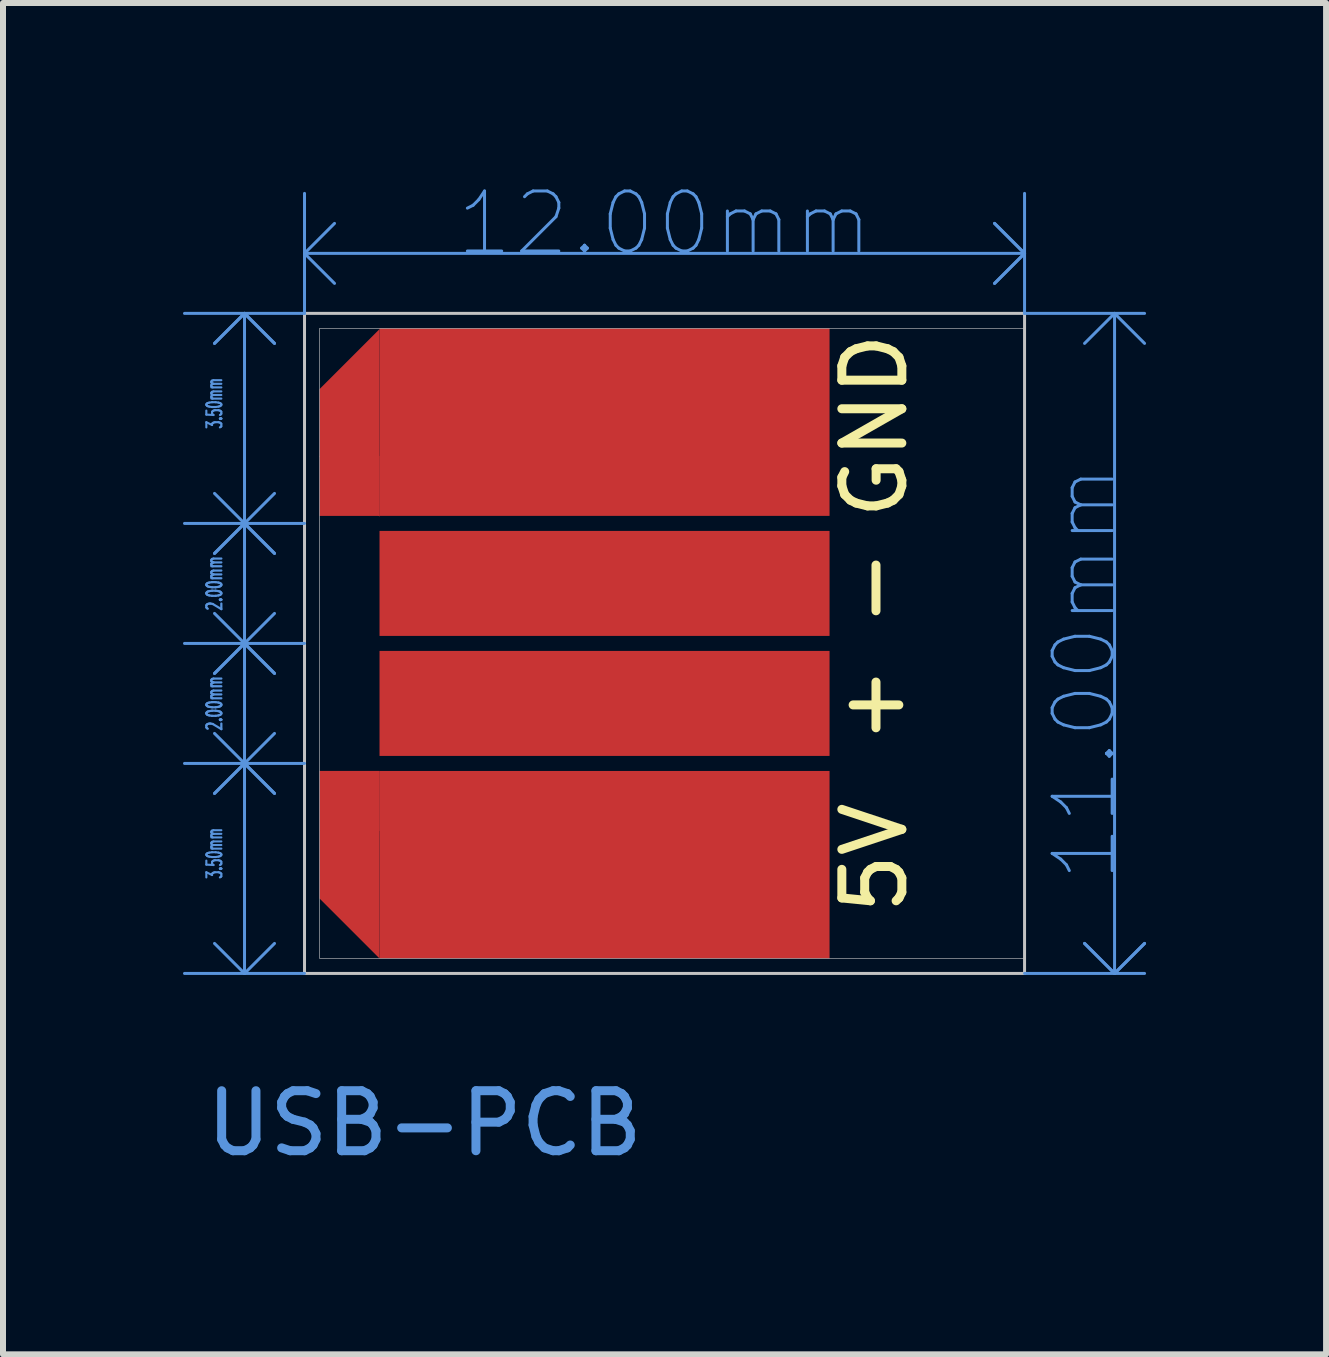
<source format=kicad_pcb>
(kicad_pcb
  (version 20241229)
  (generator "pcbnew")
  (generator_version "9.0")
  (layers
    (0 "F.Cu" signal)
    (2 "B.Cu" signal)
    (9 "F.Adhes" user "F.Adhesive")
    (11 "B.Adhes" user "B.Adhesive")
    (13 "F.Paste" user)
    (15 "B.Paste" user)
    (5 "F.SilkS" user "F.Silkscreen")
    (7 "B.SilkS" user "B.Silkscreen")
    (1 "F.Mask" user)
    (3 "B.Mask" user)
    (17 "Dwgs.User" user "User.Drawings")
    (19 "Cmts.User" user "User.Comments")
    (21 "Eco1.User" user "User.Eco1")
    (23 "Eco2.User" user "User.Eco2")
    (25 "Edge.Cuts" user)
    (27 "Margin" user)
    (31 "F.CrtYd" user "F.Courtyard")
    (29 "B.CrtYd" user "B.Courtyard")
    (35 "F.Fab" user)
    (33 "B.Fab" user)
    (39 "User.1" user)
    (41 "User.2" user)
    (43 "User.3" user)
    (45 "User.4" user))
  (footprint "USB-PCB"
    (layer "F.Cu")
    (at 2.025 13.173)
    (property "Reference" "USB-PCB" (at 2 2.5 0) (layer "Cmts.User") (effects (font (size 1 1) (thickness 0.15))))
    (attr through_hole)
    (fp_poly (pts (xy 1.5 -5.75) (xy 8.5 -5.75) (xy 8.5 -7.25) (xy 1.5 -7.25) (xy 1.5 -5.75)) (stroke (width 0.01) (type solid)) (fill yes) (layer "F.Mask"))
    (fp_poly (pts (xy 1.5 -3.75) (xy 8.5 -3.75) (xy 8.5 -5.25) (xy 1.5 -5.25) (xy 1.5 -3.75)) (stroke (width 0.01) (type solid)) (fill yes) (layer "F.Mask"))
    (fp_poly (pts (xy 8.5 -10.25) (xy 8.5 -7.75) (xy 0.75 -7.75) (xy 0.75 -9.75) (xy 1.25 -10.25) (xy 8.5 -10.25)) (stroke (width 0.01) (type solid)) (fill yes) (layer "F.Mask"))
    (fp_poly (pts (xy 8.5 -3.25) (xy 0.75 -3.25) (xy 0.75 -1.25) (xy 1.25 -0.75) (xy 8.5 -0.75) (xy 8.5 -3.25)) (stroke (width 0.01) (type solid)) (fill yes) (layer "F.Mask"))
    (fp_line (start 0 0) (end 0 -11) (stroke (width 0.05) (type solid)) (layer "Dwgs.User"))
    (fp_line (start 12 -11) (end 0 -11) (stroke (width 0.05) (type solid)) (layer "Dwgs.User"))
    (fp_line (start 12 0) (end 0 0) (stroke (width 0.05) (type solid)) (layer "Dwgs.User"))
    (fp_line (start 12 0) (end 12 -11) (stroke (width 0.05) (type solid)) (layer "Dwgs.User"))
    (fp_poly (pts (xy 0 0) (xy 12 0) (xy 12 -0.25) (xy 0.25 -0.25) (xy 0.25 -10.75) (xy 12 -10.75) (xy 12 -11) (xy 0 -11) (xy 0 0)) (stroke (width 0.01) (type solid)) (fill no) (layer "Dwgs.User"))
    (fp_line (start -1.5 -10.5) (end -1 -11) (stroke (width 0.05) (type solid)) (layer "Cmts.User"))
    (fp_line (start -1.5 -7) (end -1 -7.5) (stroke (width 0.05) (type solid)) (layer "Cmts.User"))
    (fp_line (start -1.5 -5) (end -1 -5.5) (stroke (width 0.05) (type solid)) (layer "Cmts.User"))
    (fp_line (start -1.5 -3) (end -1 -3.5) (stroke (width 0.05) (type solid)) (layer "Cmts.User"))
    (fp_line (start -1 -11) (end -1.5 -10.5) (stroke (width 0.05) (type solid)) (layer "Cmts.User"))
    (fp_line (start -1 -11) (end -1 -7.5) (stroke (width 0.05) (type solid)) (layer "Cmts.User"))
    (fp_line (start -1 -11) (end -0.5 -10.5) (stroke (width 0.05) (type solid)) (layer "Cmts.User"))
    (fp_line (start -1 -7.5) (end -1.5 -8) (stroke (width 0.05) (type solid)) (layer "Cmts.User"))
    (fp_line (start -1 -7.5) (end -1.5 -7) (stroke (width 0.05) (type solid)) (layer "Cmts.User"))
    (fp_line (start -1 -7.5) (end -1 -5.5) (stroke (width 0.05) (type solid)) (layer "Cmts.User"))
    (fp_line (start -1 -7.5) (end -0.5 -8) (stroke (width 0.05) (type solid)) (layer "Cmts.User"))
    (fp_line (start -1 -7.5) (end -0.5 -7) (stroke (width 0.05) (type solid)) (layer "Cmts.User"))
    (fp_line (start -1 -5.5) (end -1.5 -6) (stroke (width 0.05) (type solid)) (layer "Cmts.User"))
    (fp_line (start -1 -5.5) (end -1.5 -5) (stroke (width 0.05) (type solid)) (layer "Cmts.User"))
    (fp_line (start -1 -5.5) (end -1 -3.5) (stroke (width 0.05) (type solid)) (layer "Cmts.User"))
    (fp_line (start -1 -5.5) (end -0.5 -6) (stroke (width 0.05) (type solid)) (layer "Cmts.User"))
    (fp_line (start -1 -5.5) (end -0.5 -5) (stroke (width 0.05) (type solid)) (layer "Cmts.User"))
    (fp_line (start -1 -3.5) (end -1.5 -4) (stroke (width 0.05) (type solid)) (layer "Cmts.User"))
    (fp_line (start -1 -3.5) (end -1.5 -3) (stroke (width 0.05) (type solid)) (layer "Cmts.User"))
    (fp_line (start -1 -3.5) (end -1 0) (stroke (width 0.05) (type solid)) (layer "Cmts.User"))
    (fp_line (start -1 -3.5) (end -0.5 -4) (stroke (width 0.05) (type solid)) (layer "Cmts.User"))
    (fp_line (start -1 -3.5) (end -0.5 -3) (stroke (width 0.05) (type solid)) (layer "Cmts.User"))
    (fp_line (start -1 0) (end -1.5 -0.5) (stroke (width 0.05) (type solid)) (layer "Cmts.User"))
    (fp_line (start -1 0) (end -0.5 -0.5) (stroke (width 0.05) (type solid)) (layer "Cmts.User"))
    (fp_line (start -0.5 -10.5) (end -1 -11) (stroke (width 0.05) (type solid)) (layer "Cmts.User"))
    (fp_line (start -0.5 -7) (end -1 -7.5) (stroke (width 0.05) (type solid)) (layer "Cmts.User"))
    (fp_line (start -0.5 -5) (end -1 -5.5) (stroke (width 0.05) (type solid)) (layer "Cmts.User"))
    (fp_line (start -0.5 -3) (end -1 -3.5) (stroke (width 0.05) (type solid)) (layer "Cmts.User"))
    (fp_line (start 0 -12) (end 0.5 -12.5) (stroke (width 0.05) (type solid)) (layer "Cmts.User"))
    (fp_line (start 0 -12) (end 0.5 -11.5) (stroke (width 0.05) (type solid)) (layer "Cmts.User"))
    (fp_line (start 0 -11) (end -2 -11) (stroke (width 0.05) (type solid)) (layer "Cmts.User"))
    (fp_line (start 0 -11) (end 0 -13) (stroke (width 0.05) (type solid)) (layer "Cmts.User"))
    (fp_line (start 0 -7.5) (end -2 -7.5) (stroke (width 0.05) (type solid)) (layer "Cmts.User"))
    (fp_line (start 0 -5.5) (end -2 -5.5) (stroke (width 0.05) (type solid)) (layer "Cmts.User"))
    (fp_line (start 0 -3.5) (end -2 -3.5) (stroke (width 0.05) (type solid)) (layer "Cmts.User"))
    (fp_line (start 0 0) (end -2 0) (stroke (width 0.05) (type solid)) (layer "Cmts.User"))
    (fp_line (start 11.5 -12.5) (end 12 -12) (stroke (width 0.05) (type solid)) (layer "Cmts.User"))
    (fp_line (start 11.5 -11.5) (end 12 -12) (stroke (width 0.05) (type solid)) (layer "Cmts.User"))
    (fp_line (start 12 -12) (end 0 -12) (stroke (width 0.05) (type solid)) (layer "Cmts.User"))
    (fp_line (start 12 -12) (end 11.5 -12.5) (stroke (width 0.05) (type solid)) (layer "Cmts.User"))
    (fp_line (start 12 -12) (end 11.5 -11.5) (stroke (width 0.05) (type solid)) (layer "Cmts.User"))
    (fp_line (start 12 -11) (end 12 -13) (stroke (width 0.05) (type solid)) (layer "Cmts.User"))
    (fp_line (start 12 -11) (end 14 -11) (stroke (width 0.05) (type solid)) (layer "Cmts.User"))
    (fp_line (start 12 0) (end 14 0) (stroke (width 0.05) (type solid)) (layer "Cmts.User"))
    (fp_line (start 13 -0.5) (end 13.5 0) (stroke (width 0.05) (type solid)) (layer "Cmts.User"))
    (fp_line (start 13.5 -11) (end 13 -10.5) (stroke (width 0.05) (type solid)) (layer "Cmts.User"))
    (fp_line (start 13.5 -11) (end 14 -10.5) (stroke (width 0.05) (type solid)) (layer "Cmts.User"))
    (fp_line (start 13.5 0) (end 13 -0.5) (stroke (width 0.05) (type solid)) (layer "Cmts.User"))
    (fp_line (start 13.5 0) (end 13.5 -11) (stroke (width 0.05) (type solid)) (layer "Cmts.User"))
    (fp_line (start 13.5 0) (end 14 -0.5) (stroke (width 0.05) (type solid)) (layer "Cmts.User"))
    (fp_line (start 14 -0.5) (end 13.5 0) (stroke (width 0.05) (type solid)) (layer "Cmts.User"))
    (fp_text user "+" (at 9.45 -4.475 90) (layer "F.SilkS") (effects (font (size 1 1) (thickness 0.15))))
    (fp_text user "-" (at 9.45 -6.425 90) (layer "F.SilkS") (effects (font (size 1 1) (thickness 0.15))))
    (fp_text user "5V" (at 9.5 -1.925 90) (layer "F.SilkS") (effects (font (size 1 1) (thickness 0.15))))
    (fp_text user "GND" (at 9.5 -9.125 90) (layer "F.SilkS") (effects (font (size 1 1) (thickness 0.15))))
    (fp_text user "2.00mm" (at -1.5 -6.5 90) (layer "Cmts.User") (effects (font (size 0.25 0.15) (thickness 0.037))))
    (fp_text user "3.50mm" (at -1.5 -2 90) (layer "Cmts.User") (effects (font (size 0.25 0.14) (thickness 0.035))))
    (fp_text user "11.00mm" (at 13 -5 90) (layer "Cmts.User") (effects (font (size 1 1) (thickness 0.05))))
    (fp_text user "2.00mm" (at -1.5 -4.5 90) (layer "Cmts.User") (effects (font (size 0.25 0.15) (thickness 0.037))))
    (fp_text user "12.00mm" (at 6 -12.5 0) (layer "Cmts.User") (effects (font (size 1 1) (thickness 0.05))))
    (fp_text user "3.50mm" (at -1.5 -9.5 90) (layer "Cmts.User") (effects (font (size 0.25 0.14) (thickness 0.035))))
    (pad "1" connect rect (at 0.75 -2.875 180) (size 1 1) (layers "F.Cu"))
    (pad "1" connect trapezoid (at 0.75 -1.812 180) (size 1 2.125) (rect_delta 1 0) (layers "F.Cu"))
    (pad "1" connect rect (at 5 -1.812) (size 7.5 3.125) (layers "F.Cu"))
    (pad "2" connect rect (at 5 -6.5) (size 7.5 1.75) (layers "F.Cu"))
    (pad "3" connect rect (at 5 -4.5) (size 7.5 1.75) (layers "F.Cu"))
    (pad "4" connect trapezoid (at 0.75 -9.175 180) (size 1 2.125) (rect_delta 1 0) (layers "F.Cu"))
    (pad "4" connect rect (at 0.75 -8.125 180) (size 1 1) (layers "F.Cu"))
    (pad "4" connect rect (at 5 -9.188) (size 7.5 3.125) (layers "F.Cu")))
  (gr_rect
    (start -3 -3)
    (end 19.05 19.521)
    (stroke (width 0.1) (type default))
    (fill no)
    (layer "Edge.Cuts")))
</source>
